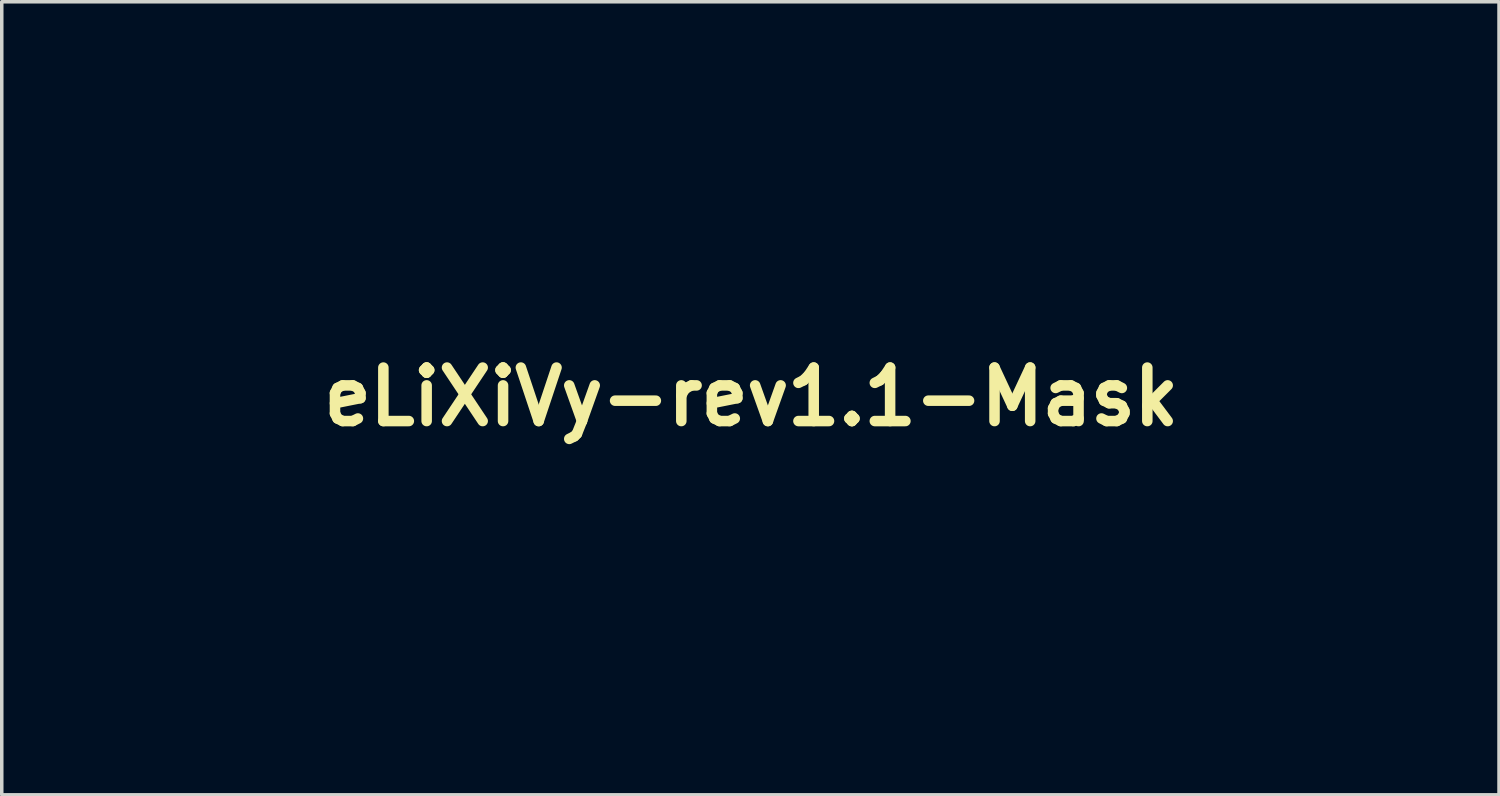
<source format=kicad_pcb>
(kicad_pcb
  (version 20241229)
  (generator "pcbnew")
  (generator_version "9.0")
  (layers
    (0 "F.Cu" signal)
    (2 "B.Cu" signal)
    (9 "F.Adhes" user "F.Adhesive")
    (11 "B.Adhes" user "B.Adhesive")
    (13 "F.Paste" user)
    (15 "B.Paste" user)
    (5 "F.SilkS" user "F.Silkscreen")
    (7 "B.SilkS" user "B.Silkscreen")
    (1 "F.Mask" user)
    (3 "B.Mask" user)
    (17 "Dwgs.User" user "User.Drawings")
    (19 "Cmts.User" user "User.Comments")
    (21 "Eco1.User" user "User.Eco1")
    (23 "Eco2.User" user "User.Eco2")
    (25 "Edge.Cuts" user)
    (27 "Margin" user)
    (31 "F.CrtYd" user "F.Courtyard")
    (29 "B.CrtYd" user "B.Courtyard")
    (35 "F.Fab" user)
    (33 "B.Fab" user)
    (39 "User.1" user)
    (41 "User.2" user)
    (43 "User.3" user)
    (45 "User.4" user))
  (footprint "eLiXiVy-rev1.1-Mask"
    (layer "F.Cu")
    (at 18.362 8.26)
    (property "Reference" "eLiXiVy-rev1.1-Mask" (at 0 0 0) (layer "F.SilkS") (effects (font (size 1.524 1.524) (thickness 0.3))))
    (attr through_hole)
    (fp_poly (pts (xy -12.065 8.297) (xy -12.594 8.297) (xy -12.594 6.652) (xy -12.832 6.723) (xy -12.928 6.751) (xy -13.011 6.774) (xy -13.071 6.789) (xy -13.098 6.794) (xy -13.111 6.784) (xy -13.118 6.748) (xy -13.12 6.682) (xy -13.119 6.59) (xy -13.113 6.386) (xy -12.636 6.22) (xy -12.5 6.173) (xy -12.375 6.132) (xy -12.267 6.097) (xy -12.183 6.071) (xy -12.129 6.057) (xy -12.113 6.054) (xy -12.065 6.054) (xy -12.065 8.297)) (stroke (width 0.01) (type solid)) (fill yes) (layer "F.Mask"))
    (fp_poly (pts (xy 3.143 -0.503) (xy 3.264 -0.444) (xy 3.367 -0.356) (xy 3.443 -0.241) (xy 3.463 -0.192) (xy 3.479 -0.121) (xy 3.489 -0.02) (xy 3.491 0.095) (xy 3.488 0.212) (xy 3.479 0.316) (xy 3.463 0.396) (xy 3.46 0.405) (xy 3.408 0.503) (xy 3.328 0.596) (xy 3.234 0.671) (xy 3.157 0.708) (xy 3.026 0.735) (xy 2.886 0.733) (xy 2.794 0.713) (xy 2.723 0.676) (xy 2.644 0.612) (xy 2.57 0.534) (xy 2.511 0.453) (xy 2.481 0.389) (xy 2.466 0.309) (xy 2.458 0.204) (xy 2.456 0.087) (xy 2.461 -0.028) (xy 2.472 -0.127) (xy 2.486 -0.188) (xy 2.553 -0.319) (xy 2.65 -0.421) (xy 2.736 -0.475) (xy 2.872 -0.521) (xy 3.01 -0.53) (xy 3.143 -0.503)) (stroke (width 0.01) (type solid)) (fill yes) (layer "F.Mask"))
    (fp_poly (pts (xy 9.703 -0.509) (xy 9.822 -0.46) (xy 9.927 -0.38) (xy 10.001 -0.287) (xy 10.026 -0.244) (xy 10.044 -0.206) (xy 10.055 -0.165) (xy 10.061 -0.112) (xy 10.064 -0.036) (xy 10.065 0.07) (xy 10.065 0.104) (xy 10.064 0.236) (xy 10.058 0.334) (xy 10.045 0.407) (xy 10.023 0.466) (xy 9.989 0.519) (xy 9.939 0.574) (xy 9.916 0.597) (xy 9.809 0.675) (xy 9.68 0.723) (xy 9.54 0.739) (xy 9.398 0.719) (xy 9.377 0.713) (xy 9.306 0.676) (xy 9.227 0.612) (xy 9.153 0.534) (xy 9.094 0.453) (xy 9.064 0.389) (xy 9.048 0.304) (xy 9.04 0.193) (xy 9.039 0.071) (xy 9.046 -0.047) (xy 9.059 -0.148) (xy 9.072 -0.197) (xy 9.133 -0.317) (xy 9.221 -0.412) (xy 9.328 -0.479) (xy 9.449 -0.517) (xy 9.576 -0.528) (xy 9.703 -0.509)) (stroke (width 0.01) (type solid)) (fill yes) (layer "F.Mask"))
    (fp_poly (pts (xy -17.451 6.019) (xy -17.26 6.05) (xy -17.1 6.109) (xy -16.972 6.195) (xy -16.877 6.308) (xy -16.827 6.409) (xy -16.79 6.561) (xy -16.788 6.724) (xy -16.818 6.887) (xy -16.865 7.009) (xy -16.887 7.052) (xy -16.912 7.094) (xy -16.944 7.14) (xy -16.986 7.195) (xy -17.04 7.262) (xy -17.111 7.345) (xy -17.202 7.448) (xy -17.316 7.576) (xy -17.407 7.678) (xy -17.573 7.863) (xy -17.147 7.869) (xy -16.722 7.875) (xy -16.722 8.297) (xy -18.309 8.297) (xy -18.309 7.948) (xy -17.947 7.567) (xy -17.789 7.4) (xy -17.66 7.259) (xy -17.557 7.14) (xy -17.476 7.04) (xy -17.416 6.955) (xy -17.374 6.881) (xy -17.348 6.816) (xy -17.335 6.755) (xy -17.332 6.702) (xy -17.347 6.592) (xy -17.389 6.51) (xy -17.443 6.465) (xy -17.537 6.437) (xy -17.624 6.447) (xy -17.701 6.494) (xy -17.762 6.574) (xy -17.803 6.683) (xy -17.81 6.715) (xy -17.824 6.795) (xy -18.357 6.795) (xy -18.345 6.678) (xy -18.308 6.512) (xy -18.236 6.365) (xy -18.133 6.24) (xy -18.002 6.139) (xy -17.849 6.067) (xy -17.676 6.025) (xy -17.488 6.016) (xy -17.451 6.019)) (stroke (width 0.01) (type solid)) (fill yes) (layer "F.Mask"))
    (fp_poly (pts (xy -13.96 6.031) (xy -13.785 6.078) (xy -13.642 6.154) (xy -13.531 6.256) (xy -13.453 6.384) (xy -13.409 6.538) (xy -13.399 6.672) (xy -13.405 6.775) (xy -13.427 6.874) (xy -13.466 6.976) (xy -13.527 7.084) (xy -13.61 7.203) (xy -13.72 7.339) (xy -13.859 7.495) (xy -13.906 7.546) (xy -13.987 7.634) (xy -14.059 7.714) (xy -14.115 7.778) (xy -14.152 7.822) (xy -14.162 7.837) (xy -14.167 7.85) (xy -14.162 7.859) (xy -14.141 7.866) (xy -14.099 7.87) (xy -14.032 7.872) (xy -13.935 7.874) (xy -13.801 7.874) (xy -13.759 7.874) (xy -13.335 7.874) (xy -13.335 8.297) (xy -14.922 8.297) (xy -14.922 7.943) (xy -14.652 7.66) (xy -14.488 7.487) (xy -14.351 7.34) (xy -14.239 7.217) (xy -14.15 7.114) (xy -14.081 7.027) (xy -14.029 6.953) (xy -13.992 6.889) (xy -13.969 6.831) (xy -13.955 6.776) (xy -13.95 6.72) (xy -13.949 6.689) (xy -13.953 6.618) (xy -13.969 6.569) (xy -14.006 6.522) (xy -14.021 6.507) (xy -14.1 6.451) (xy -14.181 6.435) (xy -14.259 6.454) (xy -14.329 6.507) (xy -14.385 6.591) (xy -14.423 6.703) (xy -14.426 6.716) (xy -14.44 6.795) (xy -14.971 6.795) (xy -14.959 6.669) (xy -14.933 6.545) (xy -14.879 6.416) (xy -14.807 6.299) (xy -14.735 6.219) (xy -14.595 6.123) (xy -14.431 6.057) (xy -14.25 6.021) (xy -14.06 6.018) (xy -13.96 6.031)) (stroke (width 0.01) (type solid)) (fill yes) (layer "F.Mask"))
    (fp_poly (pts (xy -10.159 2.465) (xy -9.974 2.55) (xy -9.814 2.613) (xy -9.669 2.655) (xy -9.528 2.68) (xy -9.383 2.691) (xy -9.326 2.691) (xy -9.112 2.691) (xy -8.858 3.012) (xy -8.758 3.135) (xy -8.646 3.267) (xy -8.533 3.397) (xy -8.429 3.513) (xy -8.372 3.573) (xy -8.284 3.664) (xy -8.215 3.732) (xy -8.156 3.783) (xy -8.097 3.825) (xy -8.029 3.864) (xy -7.942 3.908) (xy -7.858 3.949) (xy -7.575 4.085) (xy -7.613 4.151) (xy -7.677 4.236) (xy -7.776 4.336) (xy -7.903 4.447) (xy -8.057 4.566) (xy -8.23 4.691) (xy -8.42 4.818) (xy -8.622 4.946) (xy -8.831 5.071) (xy -9.042 5.191) (xy -9.251 5.302) (xy -9.453 5.403) (xy -9.644 5.489) (xy -9.82 5.559) (xy -9.975 5.609) (xy -10.004 5.617) (xy -10.111 5.64) (xy -10.221 5.655) (xy -10.32 5.663) (xy -10.395 5.661) (xy -10.409 5.659) (xy -10.45 5.642) (xy -10.482 5.607) (xy -10.504 5.551) (xy -10.52 5.467) (xy -10.53 5.35) (xy -10.535 5.197) (xy -10.535 5.19) (xy -10.539 5.051) (xy -10.545 4.945) (xy -10.554 4.863) (xy -10.568 4.794) (xy -10.585 4.735) (xy -10.672 4.538) (xy -10.799 4.346) (xy -10.904 4.223) (xy -10.96 4.161) (xy -11.003 4.109) (xy -11.026 4.077) (xy -11.028 4.072) (xy -11.02 4.046) (xy -10.998 3.99) (xy -10.966 3.912) (xy -10.933 3.834) (xy -10.835 3.598) (xy -10.74 3.347) (xy -10.65 3.092) (xy -10.57 2.842) (xy -10.502 2.608) (xy -10.45 2.4) (xy -10.447 2.388) (xy -10.435 2.331) (xy -10.159 2.465)) (stroke (width 0.01) (type solid)) (fill yes) (layer "F.Mask"))
    (fp_poly (pts (xy -1.388 -1.562) (xy -1.252 -1.519) (xy -1.128 -1.442) (xy -1.057 -1.378) (xy -1.028 -1.35) (xy -1.002 -1.327) (xy -0.979 -1.305) (xy -0.958 -1.282) (xy -0.94 -1.257) (xy -0.924 -1.227) (xy -0.911 -1.19) (xy -0.899 -1.143) (xy -0.889 -1.084) (xy -0.88 -1.011) (xy -0.874 -0.922) (xy -0.868 -0.814) (xy -0.864 -0.685) (xy -0.86 -0.533) (xy -0.858 -0.356) (xy -0.856 -0.151) (xy -0.855 0.084) (xy -0.854 0.351) (xy -0.853 0.652) (xy -0.853 0.991) (xy -0.852 1.368) (xy -0.851 1.561) (xy -0.846 4.17) (xy 0.402 4.17) (xy 0.664 4.17) (xy 0.886 4.17) (xy 1.074 4.171) (xy 1.229 4.171) (xy 1.356 4.173) (xy 1.458 4.175) (xy 1.539 4.178) (xy 1.602 4.181) (xy 1.651 4.186) (xy 1.688 4.191) (xy 1.718 4.198) (xy 1.744 4.206) (xy 1.764 4.213) (xy 1.905 4.286) (xy 2.018 4.385) (xy 2.103 4.504) (xy 2.158 4.637) (xy 2.185 4.779) (xy 2.183 4.923) (xy 2.15 5.064) (xy 2.089 5.195) (xy 1.997 5.311) (xy 1.874 5.407) (xy 1.824 5.434) (xy 1.704 5.493) (xy 0.021 5.497) (xy -0.299 5.498) (xy -0.579 5.498) (xy -0.822 5.498) (xy -1.03 5.498) (xy -1.206 5.497) (xy -1.352 5.495) (xy -1.47 5.493) (xy -1.564 5.491) (xy -1.636 5.487) (xy -1.687 5.483) (xy -1.722 5.479) (xy -1.738 5.474) (xy -1.893 5.397) (xy -2.023 5.287) (xy -2.123 5.149) (xy -2.146 5.102) (xy -2.191 5.006) (xy -2.191 -1.069) (xy -2.135 -1.187) (xy -2.046 -1.331) (xy -1.931 -1.444) (xy -1.793 -1.524) (xy -1.638 -1.567) (xy -1.548 -1.574) (xy -1.388 -1.562)) (stroke (width 0.01) (type solid)) (fill yes) (layer "F.Mask"))
    (fp_poly (pts (xy 9.665 1.183) (xy 9.772 1.213) (xy 9.793 1.222) (xy 9.886 1.288) (xy 9.969 1.375) (xy 10.031 1.471) (xy 10.051 1.521) (xy 10.056 1.551) (xy 10.06 1.607) (xy 10.064 1.692) (xy 10.067 1.807) (xy 10.069 1.953) (xy 10.071 2.132) (xy 10.073 2.347) (xy 10.074 2.598) (xy 10.075 2.888) (xy 10.075 3.217) (xy 10.075 3.344) (xy 10.075 3.689) (xy 10.075 3.992) (xy 10.074 4.257) (xy 10.072 4.484) (xy 10.07 4.676) (xy 10.068 4.834) (xy 10.065 4.959) (xy 10.061 5.055) (xy 10.057 5.121) (xy 10.053 5.16) (xy 10.051 5.168) (xy 10.006 5.262) (xy 9.933 5.356) (xy 9.844 5.433) (xy 9.794 5.464) (xy 9.712 5.494) (xy 9.612 5.512) (xy 9.512 5.518) (xy 9.43 5.509) (xy 9.419 5.506) (xy 9.278 5.44) (xy 9.166 5.342) (xy 9.088 5.228) (xy 9.081 5.214) (xy 9.075 5.196) (xy 9.07 5.172) (xy 9.065 5.14) (xy 9.062 5.096) (xy 9.058 5.038) (xy 9.056 4.963) (xy 9.054 4.868) (xy 9.052 4.751) (xy 9.051 4.608) (xy 9.05 4.438) (xy 9.049 4.237) (xy 9.049 4.003) (xy 9.049 3.732) (xy 9.049 3.422) (xy 9.049 3.344) (xy 9.049 3.025) (xy 9.049 2.746) (xy 9.049 2.503) (xy 9.05 2.295) (xy 9.051 2.117) (xy 9.052 1.969) (xy 9.053 1.846) (xy 9.055 1.746) (xy 9.058 1.667) (xy 9.061 1.605) (xy 9.064 1.558) (xy 9.069 1.523) (xy 9.074 1.498) (xy 9.08 1.479) (xy 9.087 1.464) (xy 9.088 1.46) (xy 9.178 1.334) (xy 9.295 1.238) (xy 9.324 1.221) (xy 9.424 1.187) (xy 9.544 1.174) (xy 9.665 1.183)) (stroke (width 0.01) (type solid)) (fill yes) (layer "F.Mask"))
    (fp_poly (pts (xy 3.125 1.193) (xy 3.251 1.245) (xy 3.355 1.333) (xy 3.436 1.456) (xy 3.448 1.482) (xy 3.456 1.5) (xy 3.463 1.519) (xy 3.469 1.542) (xy 3.474 1.573) (xy 3.478 1.614) (xy 3.481 1.667) (xy 3.484 1.736) (xy 3.487 1.823) (xy 3.488 1.932) (xy 3.49 2.064) (xy 3.491 2.224) (xy 3.491 2.413) (xy 3.492 2.635) (xy 3.492 2.893) (xy 3.492 3.188) (xy 3.492 3.331) (xy 3.492 3.677) (xy 3.491 3.981) (xy 3.49 4.247) (xy 3.489 4.475) (xy 3.487 4.668) (xy 3.485 4.827) (xy 3.482 4.954) (xy 3.479 5.05) (xy 3.475 5.118) (xy 3.47 5.158) (xy 3.468 5.168) (xy 3.423 5.262) (xy 3.35 5.356) (xy 3.261 5.433) (xy 3.211 5.464) (xy 3.129 5.494) (xy 3.029 5.512) (xy 2.929 5.518) (xy 2.847 5.509) (xy 2.836 5.506) (xy 2.696 5.44) (xy 2.585 5.344) (xy 2.505 5.22) (xy 2.489 5.183) (xy 2.483 5.163) (xy 2.477 5.139) (xy 2.473 5.105) (xy 2.469 5.061) (xy 2.465 5.003) (xy 2.463 4.929) (xy 2.461 4.835) (xy 2.459 4.719) (xy 2.458 4.578) (xy 2.458 4.409) (xy 2.458 4.21) (xy 2.458 3.978) (xy 2.459 3.71) (xy 2.46 3.402) (xy 2.46 3.313) (xy 2.461 2.996) (xy 2.462 2.72) (xy 2.463 2.48) (xy 2.464 2.274) (xy 2.466 2.1) (xy 2.468 1.953) (xy 2.47 1.833) (xy 2.472 1.735) (xy 2.475 1.658) (xy 2.478 1.598) (xy 2.482 1.552) (xy 2.487 1.519) (xy 2.492 1.494) (xy 2.498 1.476) (xy 2.505 1.461) (xy 2.505 1.46) (xy 2.592 1.334) (xy 2.697 1.246) (xy 2.823 1.193) (xy 2.972 1.176) (xy 2.974 1.176) (xy 3.125 1.193)) (stroke (width 0.01) (type solid)) (fill yes) (layer "F.Mask"))
    (fp_poly (pts (xy -15.684 6.031) (xy -15.554 6.058) (xy -15.441 6.108) (xy -15.336 6.186) (xy -15.324 6.196) (xy -15.245 6.275) (xy -15.182 6.358) (xy -15.134 6.451) (xy -15.098 6.559) (xy -15.073 6.689) (xy -15.058 6.846) (xy -15.051 7.036) (xy -15.05 7.176) (xy -15.051 7.356) (xy -15.055 7.501) (xy -15.064 7.618) (xy -15.078 7.714) (xy -15.099 7.798) (xy -15.127 7.875) (xy -15.163 7.953) (xy -15.164 7.954) (xy -15.256 8.091) (xy -15.377 8.2) (xy -15.522 8.279) (xy -15.685 8.325) (xy -15.862 8.336) (xy -16.015 8.318) (xy -16.178 8.265) (xy -16.318 8.178) (xy -16.434 8.057) (xy -16.524 7.903) (xy -16.584 7.732) (xy -16.597 7.656) (xy -16.607 7.547) (xy -16.614 7.414) (xy -16.617 7.266) (xy -16.617 7.176) (xy -16.076 7.176) (xy -16.075 7.352) (xy -16.072 7.491) (xy -16.067 7.599) (xy -16.057 7.682) (xy -16.042 7.743) (xy -16.021 7.79) (xy -15.993 7.828) (xy -15.958 7.862) (xy -15.957 7.863) (xy -15.879 7.907) (xy -15.799 7.911) (xy -15.728 7.885) (xy -15.669 7.831) (xy -15.628 7.753) (xy -15.615 7.715) (xy -15.606 7.672) (xy -15.599 7.617) (xy -15.594 7.545) (xy -15.591 7.449) (xy -15.59 7.324) (xy -15.589 7.165) (xy -15.589 7.008) (xy -15.59 6.887) (xy -15.593 6.797) (xy -15.596 6.73) (xy -15.603 6.68) (xy -15.612 6.642) (xy -15.624 6.609) (xy -15.637 6.581) (xy -15.697 6.495) (xy -15.77 6.446) (xy -15.849 6.434) (xy -15.925 6.458) (xy -15.992 6.517) (xy -16.037 6.598) (xy -16.05 6.637) (xy -16.06 6.681) (xy -16.067 6.736) (xy -16.072 6.809) (xy -16.074 6.906) (xy -16.076 7.033) (xy -16.076 7.176) (xy -16.617 7.176) (xy -16.617 7.113) (xy -16.614 6.963) (xy -16.608 6.826) (xy -16.599 6.711) (xy -16.586 6.626) (xy -16.583 6.614) (xy -16.52 6.43) (xy -16.434 6.282) (xy -16.323 6.168) (xy -16.188 6.087) (xy -16.026 6.04) (xy -15.843 6.024) (xy -15.684 6.031)) (stroke (width 0.01) (type solid)) (fill yes) (layer "F.Mask"))
    (fp_poly (pts (xy 14.995 -1.549) (xy 15.137 -1.489) (xy 15.262 -1.398) (xy 15.364 -1.278) (xy 15.432 -1.145) (xy 15.444 -1.114) (xy 15.455 -1.085) (xy 15.464 -1.057) (xy 15.471 -1.028) (xy 15.475 -0.996) (xy 15.475 -0.958) (xy 15.471 -0.913) (xy 15.462 -0.859) (xy 15.448 -0.793) (xy 15.427 -0.714) (xy 15.401 -0.62) (xy 15.367 -0.509) (xy 15.325 -0.379) (xy 15.275 -0.227) (xy 15.216 -0.052) (xy 15.148 0.148) (xy 15.069 0.375) (xy 14.979 0.631) (xy 14.879 0.918) (xy 14.766 1.239) (xy 14.641 1.595) (xy 14.503 1.988) (xy 14.439 2.17) (xy 14.319 2.508) (xy 14.203 2.837) (xy 14.092 3.153) (xy 13.985 3.455) (xy 13.884 3.74) (xy 13.79 4.005) (xy 13.703 4.249) (xy 13.625 4.47) (xy 13.555 4.664) (xy 13.496 4.829) (xy 13.447 4.964) (xy 13.41 5.065) (xy 13.386 5.131) (xy 13.375 5.159) (xy 13.296 5.276) (xy 13.187 5.372) (xy 13.056 5.444) (xy 12.912 5.488) (xy 12.761 5.502) (xy 12.613 5.483) (xy 12.545 5.462) (xy 12.399 5.385) (xy 12.281 5.279) (xy 12.238 5.222) (xy 12.221 5.189) (xy 12.192 5.118) (xy 12.151 5.012) (xy 12.1 4.875) (xy 12.038 4.709) (xy 11.967 4.516) (xy 11.889 4.3) (xy 11.804 4.063) (xy 11.712 3.808) (xy 11.615 3.538) (xy 11.515 3.255) (xy 11.411 2.962) (xy 11.305 2.663) (xy 11.198 2.358) (xy 11.091 2.053) (xy 10.984 1.748) (xy 10.879 1.447) (xy 10.777 1.153) (xy 10.678 0.869) (xy 10.584 0.596) (xy 10.495 0.338) (xy 10.413 0.098) (xy 10.339 -0.121) (xy 10.273 -0.318) (xy 10.216 -0.489) (xy 10.17 -0.631) (xy 10.135 -0.741) (xy 10.112 -0.818) (xy 10.102 -0.857) (xy 10.102 -0.859) (xy 10.107 -1.021) (xy 10.148 -1.169) (xy 10.22 -1.298) (xy 10.318 -1.407) (xy 10.438 -1.491) (xy 10.574 -1.548) (xy 10.722 -1.574) (xy 10.877 -1.566) (xy 11.033 -1.522) (xy 11.085 -1.498) (xy 11.194 -1.425) (xy 11.292 -1.323) (xy 11.362 -1.213) (xy 11.375 -1.182) (xy 11.401 -1.113) (xy 11.438 -1.011) (xy 11.486 -0.877) (xy 11.545 -0.715) (xy 11.612 -0.527) (xy 11.687 -0.316) (xy 11.769 -0.085) (xy 11.857 0.163) (xy 11.949 0.425) (xy 12.045 0.699) (xy 12.088 0.82) (xy 12.185 1.096) (xy 12.278 1.36) (xy 12.366 1.61) (xy 12.449 1.842) (xy 12.524 2.055) (xy 12.592 2.246) (xy 12.652 2.411) (xy 12.702 2.549) (xy 12.741 2.656) (xy 12.768 2.73) (xy 12.783 2.768) (xy 12.786 2.773) (xy 12.794 2.753) (xy 12.816 2.697) (xy 12.849 2.605) (xy 12.894 2.482) (xy 12.948 2.33) (xy 13.012 2.152) (xy 13.084 1.95) (xy 13.163 1.727) (xy 13.248 1.486) (xy 13.339 1.229) (xy 13.433 0.96) (xy 13.471 0.852) (xy 13.568 0.576) (xy 13.662 0.309) (xy 13.751 0.055) (xy 13.835 -0.183) (xy 13.913 -0.403) (xy 13.984 -0.601) (xy 14.046 -0.776) (xy 14.099 -0.922) (xy 14.141 -1.039) (xy 14.172 -1.123) (xy 14.19 -1.17) (xy 14.192 -1.177) (xy 14.277 -1.321) (xy 14.391 -1.435) (xy 14.525 -1.514) (xy 14.683 -1.564) (xy 14.842 -1.574) (xy 14.995 -1.549)) (stroke (width 0.01) (type solid)) (fill yes) (layer "F.Mask"))
    (fp_poly (pts (xy -4.048 0.528) (xy -3.821 0.589) (xy -3.74 0.622) (xy -3.575 0.71) (xy -3.411 0.826) (xy -3.255 0.963) (xy -3.114 1.114) (xy -2.994 1.271) (xy -2.902 1.428) (xy -2.855 1.544) (xy -2.819 1.71) (xy -2.81 1.892) (xy -2.828 2.07) (xy -2.855 2.18) (xy -2.939 2.379) (xy -3.066 2.578) (xy -3.235 2.778) (xy -3.446 2.977) (xy -3.699 3.177) (xy -3.994 3.377) (xy -4.33 3.577) (xy -4.707 3.777) (xy -5.032 3.934) (xy -5.158 3.991) (xy -5.291 4.05) (xy -5.417 4.105) (xy -5.522 4.149) (xy -5.551 4.161) (xy -5.636 4.198) (xy -5.704 4.232) (xy -5.747 4.259) (xy -5.757 4.271) (xy -5.743 4.326) (xy -5.708 4.384) (xy -5.665 4.427) (xy -5.647 4.436) (xy -5.546 4.451) (xy -5.415 4.444) (xy -5.259 4.416) (xy -5.084 4.368) (xy -4.895 4.302) (xy -4.782 4.255) (xy -4.579 4.159) (xy -4.352 4.039) (xy -4.11 3.898) (xy -3.86 3.742) (xy -3.609 3.575) (xy -3.366 3.401) (xy -3.334 3.377) (xy -3.242 3.311) (xy -3.156 3.251) (xy -3.084 3.205) (xy -3.036 3.178) (xy -3.03 3.176) (xy -2.945 3.155) (xy -2.84 3.149) (xy -2.734 3.157) (xy -2.647 3.179) (xy -2.645 3.18) (xy -2.523 3.253) (xy -2.428 3.352) (xy -2.364 3.472) (xy -2.332 3.604) (xy -2.336 3.742) (xy -2.378 3.879) (xy -2.387 3.896) (xy -2.42 3.951) (xy -2.47 4.01) (xy -2.538 4.077) (xy -2.629 4.153) (xy -2.745 4.241) (xy -2.889 4.344) (xy -3.065 4.464) (xy -3.175 4.538) (xy -3.549 4.777) (xy -3.902 4.981) (xy -4.236 5.15) (xy -4.553 5.284) (xy -4.853 5.386) (xy -5.106 5.449) (xy -5.218 5.466) (xy -5.354 5.476) (xy -5.5 5.48) (xy -5.643 5.477) (xy -5.772 5.468) (xy -5.873 5.453) (xy -5.88 5.451) (xy -6.076 5.384) (xy -6.26 5.282) (xy -6.423 5.151) (xy -6.558 4.997) (xy -6.589 4.951) (xy -6.689 4.755) (xy -6.76 4.533) (xy -6.803 4.286) (xy -6.816 4.019) (xy -6.802 3.734) (xy -6.76 3.435) (xy -6.691 3.125) (xy -6.658 3.018) (xy -5.558 3.018) (xy -5.553 3.027) (xy -5.531 3.018) (xy -5.478 2.993) (xy -5.398 2.954) (xy -5.299 2.905) (xy -5.187 2.849) (xy -5.184 2.848) (xy -4.932 2.716) (xy -4.698 2.583) (xy -4.486 2.452) (xy -4.299 2.324) (xy -4.14 2.202) (xy -4.013 2.089) (xy -3.919 1.986) (xy -3.875 1.918) (xy -3.859 1.882) (xy -3.862 1.851) (xy -3.887 1.811) (xy -3.909 1.783) (xy -4.015 1.674) (xy -4.131 1.597) (xy -4.249 1.555) (xy -4.286 1.55) (xy -4.354 1.547) (xy -4.412 1.557) (xy -4.477 1.583) (xy -4.533 1.61) (xy -4.629 1.673) (xy -4.74 1.763) (xy -4.857 1.873) (xy -4.972 1.995) (xy -5.077 2.121) (xy -5.137 2.203) (xy -5.193 2.29) (xy -5.254 2.391) (xy -5.317 2.501) (xy -5.378 2.615) (xy -5.435 2.725) (xy -5.484 2.826) (xy -5.523 2.913) (xy -5.549 2.979) (xy -5.558 3.018) (xy -6.658 3.018) (xy -6.594 2.808) (xy -6.47 2.486) (xy -6.329 2.181) (xy -6.143 1.841) (xy -5.943 1.537) (xy -5.73 1.268) (xy -5.505 1.037) (xy -5.27 0.845) (xy -5.025 0.693) (xy -4.99 0.675) (xy -4.759 0.58) (xy -4.521 0.524) (xy -4.283 0.507) (xy -4.048 0.528)) (stroke (width 0.01) (type solid)) (fill yes) (layer "F.Mask"))
    (fp_poly (pts (xy 15.727 0.481) (xy 15.848 0.521) (xy 15.955 0.591) (xy 16.043 0.691) (xy 16.074 0.747) (xy 16.093 0.787) (xy 16.107 0.824) (xy 16.116 0.865) (xy 16.122 0.917) (xy 16.125 0.988) (xy 16.125 1.084) (xy 16.125 1.214) (xy 16.124 1.259) (xy 16.124 1.418) (xy 16.126 1.542) (xy 16.131 1.639) (xy 16.139 1.717) (xy 16.152 1.785) (xy 16.156 1.805) (xy 16.193 1.925) (xy 16.238 2.035) (xy 16.287 2.126) (xy 16.334 2.185) (xy 16.427 2.243) (xy 16.544 2.277) (xy 16.674 2.285) (xy 16.806 2.265) (xy 16.813 2.263) (xy 16.92 2.212) (xy 17.012 2.123) (xy 17.089 1.997) (xy 17.15 1.838) (xy 17.195 1.646) (xy 17.221 1.424) (xy 17.23 1.196) (xy 17.231 1.046) (xy 17.238 0.931) (xy 17.251 0.843) (xy 17.271 0.774) (xy 17.302 0.716) (xy 17.344 0.662) (xy 17.351 0.653) (xy 17.451 0.561) (xy 17.556 0.505) (xy 17.678 0.48) (xy 17.749 0.478) (xy 17.84 0.481) (xy 17.907 0.494) (xy 17.968 0.52) (xy 17.997 0.536) (xy 18.115 0.627) (xy 18.199 0.744) (xy 18.235 0.832) (xy 18.251 0.909) (xy 18.265 1.024) (xy 18.277 1.169) (xy 18.287 1.341) (xy 18.294 1.532) (xy 18.3 1.738) (xy 18.303 1.953) (xy 18.303 2.172) (xy 18.301 2.389) (xy 18.296 2.599) (xy 18.289 2.796) (xy 18.28 2.974) (xy 18.267 3.128) (xy 18.257 3.216) (xy 18.196 3.596) (xy 18.116 3.942) (xy 18.018 4.252) (xy 17.901 4.526) (xy 17.767 4.761) (xy 17.752 4.784) (xy 17.592 4.983) (xy 17.403 5.158) (xy 17.19 5.302) (xy 16.962 5.413) (xy 16.785 5.47) (xy 16.687 5.488) (xy 16.559 5.502) (xy 16.414 5.511) (xy 16.264 5.515) (xy 16.121 5.514) (xy 15.999 5.506) (xy 15.97 5.502) (xy 15.678 5.441) (xy 15.391 5.339) (xy 15.111 5.195) (xy 14.859 5.025) (xy 14.757 4.945) (xy 14.646 4.851) (xy 14.531 4.748) (xy 14.418 4.644) (xy 14.314 4.542) (xy 14.224 4.449) (xy 14.154 4.371) (xy 14.11 4.313) (xy 14.107 4.308) (xy 14.052 4.176) (xy 14.037 4.037) (xy 14.061 3.9) (xy 14.122 3.772) (xy 14.167 3.713) (xy 14.27 3.617) (xy 14.382 3.56) (xy 14.512 3.537) (xy 14.552 3.536) (xy 14.633 3.54) (xy 14.707 3.556) (xy 14.779 3.586) (xy 14.856 3.635) (xy 14.946 3.707) (xy 15.054 3.805) (xy 15.109 3.857) (xy 15.265 4.004) (xy 15.401 4.123) (xy 15.522 4.218) (xy 15.634 4.294) (xy 15.743 4.355) (xy 15.78 4.373) (xy 15.935 4.432) (xy 16.103 4.469) (xy 16.273 4.484) (xy 16.435 4.477) (xy 16.576 4.446) (xy 16.619 4.429) (xy 16.743 4.352) (xy 16.855 4.235) (xy 16.955 4.079) (xy 17.042 3.886) (xy 17.117 3.657) (xy 17.167 3.446) (xy 17.184 3.361) (xy 17.195 3.293) (xy 17.2 3.252) (xy 17.199 3.244) (xy 17.177 3.245) (xy 17.125 3.256) (xy 17.057 3.273) (xy 16.96 3.292) (xy 16.834 3.305) (xy 16.691 3.311) (xy 16.546 3.311) (xy 16.41 3.305) (xy 16.297 3.292) (xy 16.256 3.284) (xy 16.138 3.246) (xy 16.004 3.189) (xy 15.869 3.122) (xy 15.751 3.051) (xy 15.694 3.009) (xy 15.553 2.874) (xy 15.423 2.705) (xy 15.31 2.511) (xy 15.219 2.299) (xy 15.164 2.124) (xy 15.126 1.944) (xy 15.099 1.752) (xy 15.083 1.556) (xy 15.077 1.362) (xy 15.081 1.178) (xy 15.097 1.011) (xy 15.123 0.869) (xy 15.159 0.758) (xy 15.17 0.736) (xy 15.252 0.625) (xy 15.356 0.543) (xy 15.474 0.492) (xy 15.6 0.472) (xy 15.727 0.481)) (stroke (width 0.01) (type solid)) (fill yes) (layer "F.Mask"))
    (fp_poly (pts (xy 4.583 -1.629) (xy 4.701 -1.605) (xy 4.719 -1.599) (xy 4.767 -1.581) (xy 4.813 -1.559) (xy 4.857 -1.53) (xy 4.903 -1.492) (xy 4.952 -1.442) (xy 5.007 -1.376) (xy 5.069 -1.293) (xy 5.141 -1.189) (xy 5.225 -1.061) (xy 5.322 -0.908) (xy 5.436 -0.725) (xy 5.568 -0.51) (xy 5.663 -0.355) (xy 5.776 -0.172) (xy 5.881 0.000331) (xy 5.978 0.158) (xy 6.064 0.297) (xy 6.138 0.415) (xy 6.197 0.509) (xy 6.239 0.574) (xy 6.262 0.609) (xy 6.265 0.613) (xy 6.278 0.596) (xy 6.311 0.545) (xy 6.361 0.465) (xy 6.428 0.359) (xy 6.508 0.23) (xy 6.6 0.082) (xy 6.702 -0.083) (xy 6.811 -0.261) (xy 6.868 -0.353) (xy 6.982 -0.54) (xy 7.092 -0.717) (xy 7.195 -0.881) (xy 7.289 -1.029) (xy 7.371 -1.157) (xy 7.439 -1.261) (xy 7.491 -1.338) (xy 7.525 -1.384) (xy 7.533 -1.393) (xy 7.652 -1.484) (xy 7.791 -1.544) (xy 7.942 -1.573) (xy 8.095 -1.569) (xy 8.242 -1.533) (xy 8.373 -1.463) (xy 8.386 -1.454) (xy 8.488 -1.36) (xy 8.573 -1.253) (xy 8.63 -1.144) (xy 8.639 -1.116) (xy 8.658 -1.017) (xy 8.663 -0.903) (xy 8.656 -0.79) (xy 8.638 -0.696) (xy 8.629 -0.671) (xy 8.612 -0.639) (xy 8.575 -0.575) (xy 8.52 -0.481) (xy 8.448 -0.361) (xy 8.361 -0.217) (xy 8.262 -0.053) (xy 8.152 0.128) (xy 8.033 0.324) (xy 7.907 0.529) (xy 7.832 0.652) (xy 7.704 0.861) (xy 7.582 1.059) (xy 7.47 1.243) (xy 7.367 1.412) (xy 7.277 1.56) (xy 7.2 1.687) (xy 7.139 1.788) (xy 7.096 1.861) (xy 7.071 1.903) (xy 7.067 1.912) (xy 7.077 1.932) (xy 7.108 1.986) (xy 7.158 2.069) (xy 7.225 2.181) (xy 7.307 2.316) (xy 7.402 2.473) (xy 7.508 2.649) (xy 7.625 2.84) (xy 7.75 3.044) (xy 7.854 3.213) (xy 7.985 3.427) (xy 8.11 3.633) (xy 8.228 3.827) (xy 8.335 4.006) (xy 8.432 4.167) (xy 8.514 4.307) (xy 8.582 4.422) (xy 8.632 4.511) (xy 8.663 4.568) (xy 8.673 4.589) (xy 8.694 4.689) (xy 8.698 4.81) (xy 8.688 4.935) (xy 8.665 5.049) (xy 8.638 5.119) (xy 8.544 5.259) (xy 8.423 5.371) (xy 8.282 5.454) (xy 8.128 5.503) (xy 7.966 5.516) (xy 7.812 5.492) (xy 7.686 5.447) (xy 7.583 5.383) (xy 7.49 5.298) (xy 7.464 5.265) (xy 7.419 5.199) (xy 7.356 5.104) (xy 7.279 4.984) (xy 7.189 4.844) (xy 7.09 4.685) (xy 6.983 4.513) (xy 6.871 4.332) (xy 6.836 4.276) (xy 6.725 4.094) (xy 6.62 3.923) (xy 6.523 3.766) (xy 6.437 3.626) (xy 6.363 3.508) (xy 6.304 3.414) (xy 6.262 3.348) (xy 6.239 3.313) (xy 6.236 3.309) (xy 6.225 3.313) (xy 6.202 3.337) (xy 6.167 3.385) (xy 6.117 3.457) (xy 6.052 3.557) (xy 5.971 3.685) (xy 5.871 3.843) (xy 5.753 4.035) (xy 5.62 4.251) (xy 5.505 4.437) (xy 5.395 4.615) (xy 5.292 4.78) (xy 5.198 4.929) (xy 5.116 5.058) (xy 5.048 5.164) (xy 4.996 5.242) (xy 4.962 5.289) (xy 4.955 5.299) (xy 4.838 5.399) (xy 4.704 5.465) (xy 4.559 5.499) (xy 4.411 5.5) (xy 4.265 5.469) (xy 4.129 5.409) (xy 4.008 5.319) (xy 3.91 5.201) (xy 3.876 5.141) (xy 3.841 5.066) (xy 3.821 5.002) (xy 3.812 4.931) (xy 3.81 4.838) (xy 3.814 4.735) (xy 3.825 4.657) (xy 3.849 4.588) (xy 3.861 4.561) (xy 3.88 4.526) (xy 3.92 4.457) (xy 3.978 4.359) (xy 4.053 4.235) (xy 4.141 4.087) (xy 4.243 3.921) (xy 4.354 3.737) (xy 4.474 3.541) (xy 4.601 3.335) (xy 4.665 3.231) (xy 4.792 3.023) (xy 4.912 2.827) (xy 5.024 2.644) (xy 5.126 2.477) (xy 5.215 2.33) (xy 5.291 2.205) (xy 5.351 2.105) (xy 5.393 2.034) (xy 5.415 1.994) (xy 5.419 1.987) (xy 5.408 1.966) (xy 5.377 1.912) (xy 5.327 1.828) (xy 5.26 1.717) (xy 5.178 1.582) (xy 5.083 1.425) (xy 4.977 1.25) (xy 4.861 1.06) (xy 4.736 0.857) (xy 4.649 0.714) (xy 4.519 0.502) (xy 4.394 0.299) (xy 4.277 0.107) (xy 4.169 -0.07) (xy 4.073 -0.229) (xy 3.99 -0.366) (xy 3.922 -0.479) (xy 3.871 -0.564) (xy 3.839 -0.618) (xy 3.83 -0.635) (xy 3.79 -0.75) (xy 3.771 -0.886) (xy 3.773 -1.027) (xy 3.798 -1.158) (xy 3.809 -1.188) (xy 3.887 -1.336) (xy 3.999 -1.461) (xy 4.141 -1.559) (xy 4.161 -1.569) (xy 4.249 -1.608) (xy 4.324 -1.629) (xy 4.408 -1.637) (xy 4.451 -1.637) (xy 4.583 -1.629)) (stroke (width 0.01) (type solid)) (fill yes) (layer "F.Mask"))
    (fp_poly (pts (xy -13.249 -8.243) (xy -13.037 -8.21) (xy -12.831 -8.158) (xy -12.635 -8.089) (xy -12.456 -8.007) (xy -12.298 -7.912) (xy -12.167 -7.808) (xy -12.069 -7.697) (xy -12.024 -7.62) (xy -11.994 -7.534) (xy -11.98 -7.438) (xy -11.981 -7.33) (xy -12 -7.205) (xy -12.037 -7.059) (xy -12.093 -6.888) (xy -12.168 -6.688) (xy -12.259 -6.466) (xy -12.356 -6.233) (xy -12.435 -6.031) (xy -12.497 -5.856) (xy -12.545 -5.702) (xy -12.579 -5.565) (xy -12.602 -5.437) (xy -12.614 -5.315) (xy -12.618 -5.204) (xy -12.606 -4.988) (xy -12.568 -4.797) (xy -12.517 -4.657) (xy -12.437 -4.5) (xy -12.352 -4.384) (xy -12.263 -4.307) (xy -12.24 -4.294) (xy -12.202 -4.277) (xy -12.168 -4.266) (xy -12.127 -4.261) (xy -12.072 -4.26) (xy -11.994 -4.264) (xy -11.884 -4.273) (xy -11.843 -4.276) (xy -11.661 -4.29) (xy -11.518 -4.294) (xy -11.407 -4.29) (xy -11.327 -4.274) (xy -11.271 -4.248) (xy -11.238 -4.208) (xy -11.222 -4.154) (xy -11.218 -4.104) (xy -11.223 -4.05) (xy -11.244 -4.01) (xy -11.291 -3.969) (xy -11.303 -3.961) (xy -11.4 -3.902) (xy -11.526 -3.846) (xy -11.688 -3.79) (xy -11.762 -3.768) (xy -11.852 -3.739) (xy -11.914 -3.707) (xy -11.964 -3.665) (xy -11.986 -3.64) (xy -12.058 -3.528) (xy -12.098 -3.394) (xy -12.107 -3.237) (xy -12.086 -3.055) (xy -12.033 -2.85) (xy -11.948 -2.619) (xy -11.832 -2.362) (xy -11.684 -2.078) (xy -11.663 -2.04) (xy -11.587 -1.907) (xy -11.527 -1.805) (xy -11.479 -1.731) (xy -11.437 -1.678) (xy -11.399 -1.642) (xy -11.359 -1.617) (xy -11.316 -1.598) (xy -11.274 -1.583) (xy -11.235 -1.575) (xy -11.189 -1.573) (xy -11.126 -1.577) (xy -11.038 -1.588) (xy -10.961 -1.598) (xy -10.847 -1.611) (xy -10.706 -1.623) (xy -10.551 -1.634) (xy -10.396 -1.642) (xy -10.318 -1.645) (xy -10.171 -1.649) (xy -10.059 -1.649) (xy -9.974 -1.647) (xy -9.908 -1.641) (xy -9.853 -1.631) (xy -9.816 -1.622) (xy -9.727 -1.591) (xy -9.671 -1.557) (xy -9.642 -1.51) (xy -9.632 -1.441) (xy -9.631 -1.403) (xy -9.631 -1.285) (xy -9.805 -1.297) (xy -9.895 -1.307) (xy -10.011 -1.324) (xy -10.138 -1.347) (xy -10.263 -1.373) (xy -10.266 -1.373) (xy -10.481 -1.419) (xy -10.66 -1.451) (xy -10.807 -1.469) (xy -10.928 -1.474) (xy -11.026 -1.465) (xy -11.105 -1.442) (xy -11.171 -1.405) (xy -11.226 -1.355) (xy -11.227 -1.354) (xy -11.289 -1.272) (xy -11.319 -1.192) (xy -11.321 -1.101) (xy -11.318 -1.079) (xy -11.3 -1.006) (xy -11.264 -0.942) (xy -11.204 -0.879) (xy -11.115 -0.813) (xy -11.011 -0.749) (xy -10.638 -0.514) (xy -10.307 -0.271) (xy -10.017 -0.02) (xy -9.769 0.239) (xy -9.562 0.505) (xy -9.396 0.78) (xy -9.272 1.063) (xy -9.228 1.201) (xy -9.196 1.335) (xy -9.172 1.486) (xy -9.157 1.638) (xy -9.153 1.776) (xy -9.157 1.852) (xy -9.171 1.988) (xy -9.268 2.003) (xy -9.35 2.008) (xy -9.438 2) (xy -9.539 1.977) (xy -9.658 1.936) (xy -9.801 1.876) (xy -9.974 1.796) (xy -9.98 1.793) (xy -10.34 1.619) (xy -10.53 1.619) (xy -10.625 1.621) (xy -10.691 1.626) (xy -10.739 1.639) (xy -10.784 1.661) (xy -10.809 1.677) (xy -10.877 1.726) (xy -10.933 1.779) (xy -10.98 1.843) (xy -11.021 1.923) (xy -11.059 2.027) (xy -11.098 2.159) (xy -11.141 2.328) (xy -11.141 2.329) (xy -11.182 2.486) (xy -11.23 2.654) (xy -11.285 2.826) (xy -11.343 2.999) (xy -11.403 3.168) (xy -11.463 3.327) (xy -11.522 3.472) (xy -11.577 3.599) (xy -11.626 3.702) (xy -11.669 3.776) (xy -11.702 3.818) (xy -11.716 3.824) (xy -11.756 3.822) (xy -11.824 3.811) (xy -11.907 3.794) (xy -11.929 3.789) (xy -12.308 3.681) (xy -12.675 3.533) (xy -13.029 3.346) (xy -13.367 3.122) (xy -13.69 2.861) (xy -13.994 2.565) (xy -14.278 2.234) (xy -14.519 1.905) (xy -14.757 1.524) (xy -14.956 1.149) (xy -15.017 1.017) (xy -15.059 0.924) (xy -15.1 0.842) (xy -15.133 0.782) (xy -15.151 0.755) (xy -15.228 0.697) (xy -15.327 0.665) (xy -15.434 0.66) (xy -15.536 0.684) (xy -15.545 0.689) (xy -15.586 0.718) (xy -15.644 0.773) (xy -15.713 0.846) (xy -15.781 0.926) (xy -15.976 1.158) (xy -16.152 1.355) (xy -16.309 1.518) (xy -16.45 1.648) (xy -16.575 1.745) (xy -16.684 1.812) (xy -16.759 1.847) (xy -16.81 1.859) (xy -16.85 1.846) (xy -16.892 1.807) (xy -16.908 1.79) (xy -16.962 1.713) (xy -16.986 1.633) (xy -16.983 1.537) (xy -16.967 1.462) (xy -16.941 1.377) (xy -16.905 1.287) (xy -16.855 1.187) (xy -16.791 1.076) (xy -16.71 0.949) (xy -16.61 0.804) (xy -16.49 0.637) (xy -16.346 0.446) (xy -16.178 0.227) (xy -16.105 0.133) (xy -16.003 0.003) (xy -15.909 -0.119) (xy -15.826 -0.228) (xy -15.758 -0.32) (xy -15.707 -0.389) (xy -15.678 -0.431) (xy -15.673 -0.44) (xy -15.644 -0.539) (xy -15.652 -0.656) (xy -15.696 -0.784) (xy -15.707 -0.807) (xy -15.895 -1.224) (xy -16.05 -1.663) (xy -16.172 -2.119) (xy -16.258 -2.585) (xy -16.308 -3.054) (xy -16.319 -3.41) (xy -16.32 -3.514) (xy -16.325 -3.586) (xy -16.334 -3.636) (xy -16.349 -3.675) (xy -16.367 -3.704) (xy -16.41 -3.761) (xy -16.457 -3.803) (xy -16.516 -3.835) (xy -16.596 -3.86) (xy -16.704 -3.883) (xy -16.775 -3.895) (xy -16.999 -3.938) (xy -17.19 -3.984) (xy -17.345 -4.034) (xy -17.463 -4.086) (xy -17.541 -4.141) (xy -17.579 -4.196) (xy -17.581 -4.201) (xy -17.582 -4.282) (xy -17.551 -4.363) (xy -17.498 -4.426) (xy -17.477 -4.44) (xy -17.415 -4.46) (xy -17.321 -4.472) (xy -17.2 -4.479) (xy -17.063 -4.479) (xy -16.917 -4.472) (xy -16.77 -4.459) (xy -16.631 -4.441) (xy -16.56 -4.428) (xy -16.457 -4.407) (xy -16.385 -4.395) (xy -16.335 -4.391) (xy -16.296 -4.395) (xy -16.259 -4.406) (xy -16.238 -4.415) (xy -16.166 -4.455) (xy -16.099 -4.509) (xy -16.088 -4.52) (xy -16.061 -4.554) (xy -16.041 -4.591) (xy -16.026 -4.636) (xy -16.014 -4.698) (xy -16.005 -4.784) (xy -15.997 -4.9) (xy -15.991 -4.995) (xy -15.952 -5.405) (xy -15.881 -5.801) (xy -15.779 -6.178) (xy -15.647 -6.535) (xy -15.487 -6.867) (xy -15.301 -7.172) (xy -15.088 -7.447) (xy -14.965 -7.58) (xy -14.729 -7.794) (xy -14.48 -7.967) (xy -14.221 -8.1) (xy -13.951 -8.192) (xy -13.671 -8.243) (xy -13.459 -8.255) (xy -13.249 -8.243)) (stroke (width 0.01) (type solid)) (fill yes) (layer "F.Mask")))
  (gr_rect
    (start -3 -3)
    (end 39.67 19.601)
    (stroke (width 0.1) (type default))
    (fill no)
    (layer "Edge.Cuts")))
</source>
